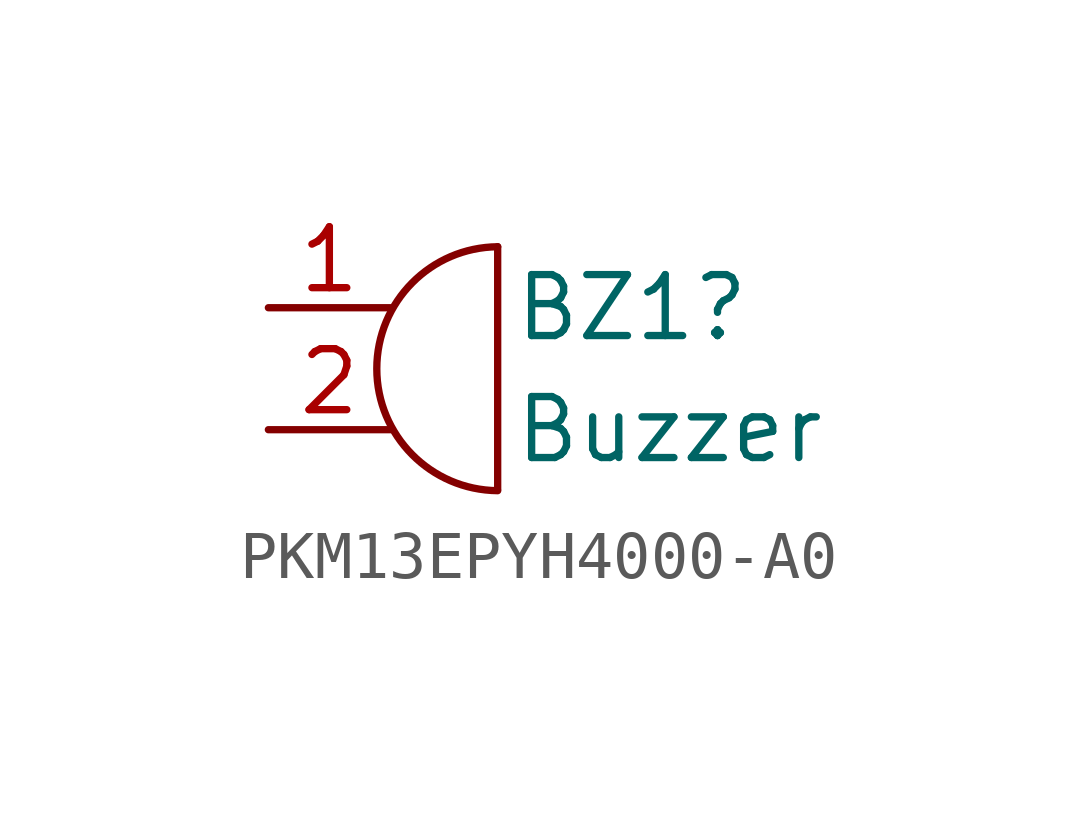
<source format=kicad_sym>
(kicad_symbol_lib
  (version 20220914)
  (generator kicad_symbol_editor)
  (symbol "PKM13EPYH4000-A0"
    (pin_names
      (offset 0.025) hide)
    (property "Reference" "BZ1"
      (at 2.54 1.27 0)
      (effects (font (size 1.27 1.27)) (justify left)))
    (property "Value" "Buzzer"
      (at 2.54 -1.27 0)
      (effects (font (size 1.27 1.27)) (justify left)))
    (symbol "PKM13EPYH4000-A0_0_1"
      (polyline (pts (xy 2.235 2.54) (xy 2.235 -2.515)) (stroke (width 0) (type default)) (fill (type none)))
      (arc (start 2.2352 2.54) (mid -0.2824 0) (end 2.2352 -2.54) (stroke (width 0) (type default)) (fill (type none))))
    (symbol "PKM13EPYH4000-A0_1_1"
      (pin passive line (at -2.54 1.27 0) (length 2.54) (name "-" (effects (font (size 1.27 1.27)))) (number "1" (effects (font (size 1.27 1.27)))))
      (pin passive line (at -2.54 -1.27 0) (length 2.54) (name "+" (effects (font (size 1.27 1.27)))) (number "2" (effects (font (size 1.27 1.27))))))))
</source>
